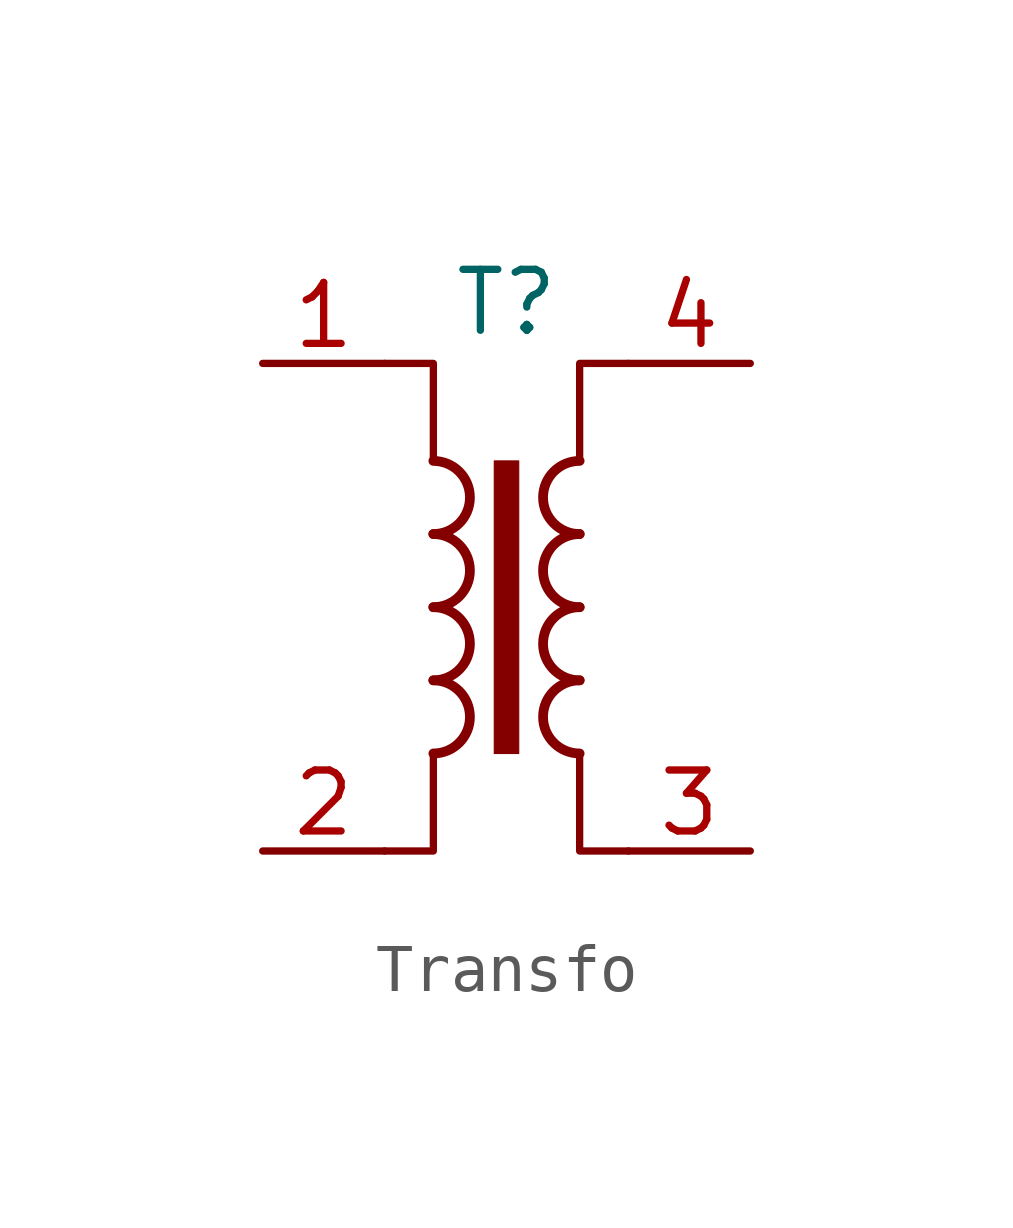
<source format=kicad_sym>
(kicad_symbol_lib
  (version 20241209)
  (generator "kicad_symbol_editor")
  (generator_version "9.0")
  (symbol "Transfo"
    (property "Reference" "T"
      (at 0 0 0)
      (effects (font (size 1.27 1.27))))
    (property "Value" ""
      (at 0 0 0)
      (effects (font (size 1.27 1.27))))
    (symbol "Transfo_0_1"
      (polyline (pts (xy -2.54 -1.27) (xy -1.524 -1.27) (xy -1.524 -3.302)) (stroke (width 0.152) (type default)) (fill (type none)))
      (arc (start -1.524 -3.302) (mid -0.7653 -4.064) (end -1.524 -4.826) (stroke (width 0.2032) (type default)) (fill (type none)))
      (arc (start -1.524 -4.826) (mid -0.7653 -5.588) (end -1.524 -6.35) (stroke (width 0.2032) (type default)) (fill (type none)))
      (arc (start -1.524 -6.35) (mid -0.7653 -7.112) (end -1.524 -7.874) (stroke (width 0.2032) (type default)) (fill (type none)))
      (arc (start -1.524 -7.874) (mid -0.7653 -8.636) (end -1.524 -9.398) (stroke (width 0.2032) (type default)) (fill (type none)))
      (polyline (pts (xy -1.524 -9.398) (xy -1.524 -11.43) (xy -2.54 -11.43)) (stroke (width 0.152) (type default)) (fill (type none)))
      (rectangle (start -0.254 -3.302) (end 0.254 -9.398) (stroke (width 0.025) (type default)) (fill (type outline)))
      (polyline (pts (xy 1.524 -3.302) (xy 1.524 -1.27) (xy 2.54 -1.27)) (stroke (width 0.152) (type default)) (fill (type none)))
      (arc (start 1.524 -4.826) (mid 0.7653 -4.064) (end 1.524 -3.302) (stroke (width 0.2032) (type default)) (fill (type none)))
      (arc (start 1.524 -6.35) (mid 0.7653 -5.588) (end 1.524 -4.826) (stroke (width 0.2032) (type default)) (fill (type none)))
      (arc (start 1.524 -7.874) (mid 0.7653 -7.112) (end 1.524 -6.35) (stroke (width 0.2032) (type default)) (fill (type none)))
      (arc (start 1.524 -9.398) (mid 0.7653 -8.636) (end 1.524 -7.874) (stroke (width 0.2032) (type default)) (fill (type none)))
      (polyline (pts (xy 2.54 -11.43) (xy 1.524 -11.43) (xy 1.524 -9.398)) (stroke (width 0.152) (type default)) (fill (type none))))
    (symbol "Transfo_1_1"
      (pin passive line (at -5.08 -1.27 0) (length 2.54) (name "~" (effects (font (size 1.27 1.27)))) (number "1" (effects (font (size 1.27 1.27)))))
      (pin passive line (at -5.08 -11.43 0) (length 2.54) (name "~" (effects (font (size 1.27 1.27)))) (number "2" (effects (font (size 1.27 1.27)))))
      (pin passive line (at 5.08 -1.27 180) (length 2.54) (name "~" (effects (font (size 1.27 1.27)))) (number "4" (effects (font (size 1.27 1.27)))))
      (pin passive line (at 5.08 -11.43 180) (length 2.54) (name "~" (effects (font (size 1.27 1.27)))) (number "3" (effects (font (size 1.27 1.27))))))))
</source>
